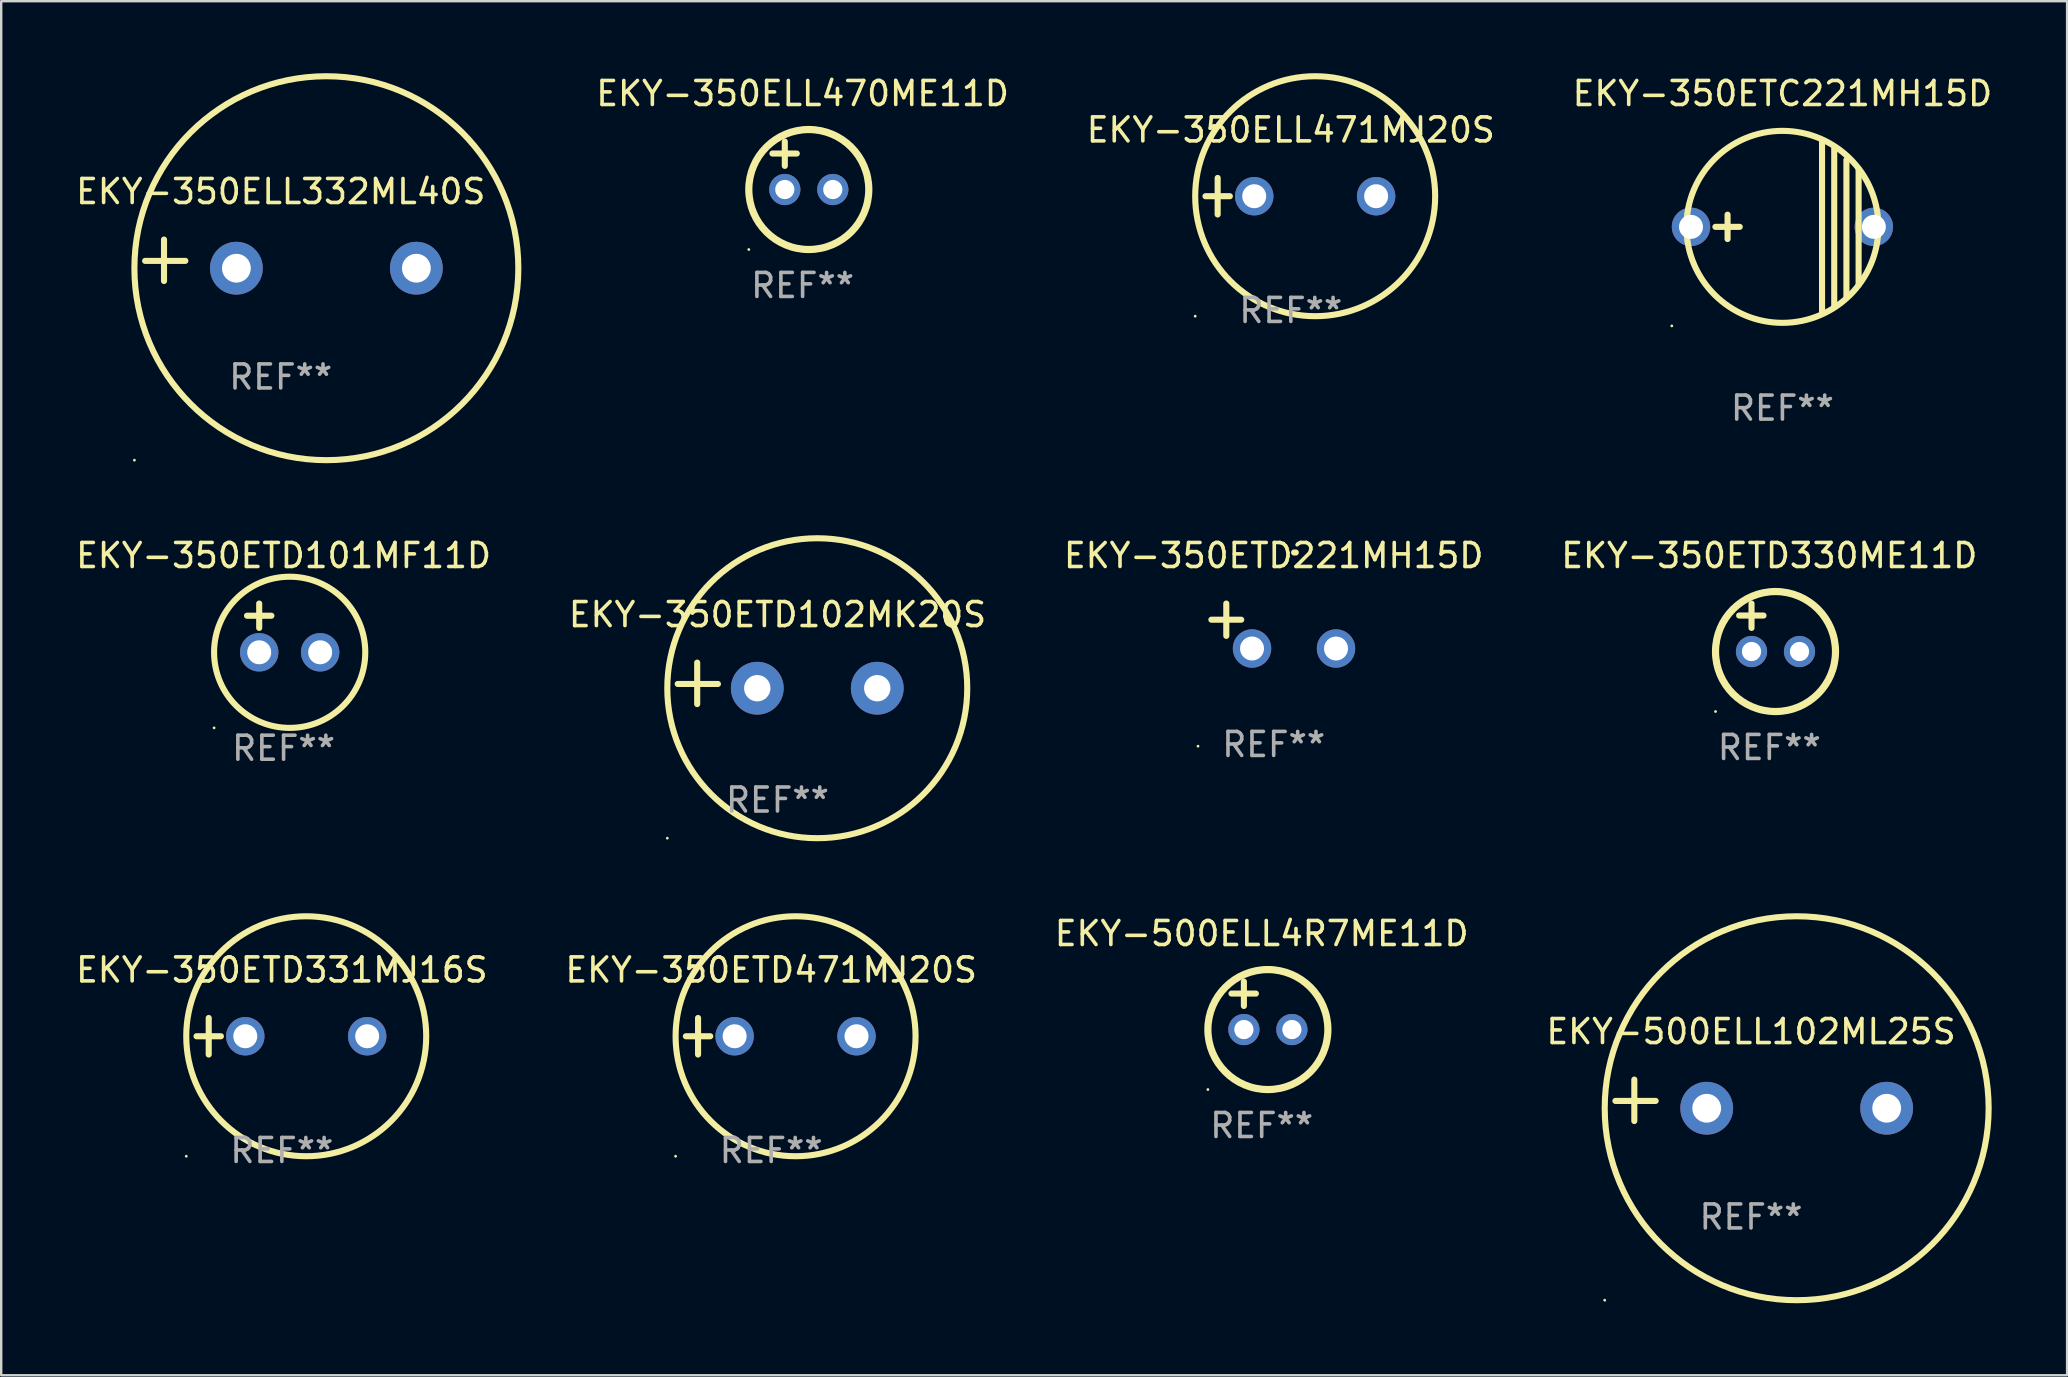
<source format=kicad_pcb>
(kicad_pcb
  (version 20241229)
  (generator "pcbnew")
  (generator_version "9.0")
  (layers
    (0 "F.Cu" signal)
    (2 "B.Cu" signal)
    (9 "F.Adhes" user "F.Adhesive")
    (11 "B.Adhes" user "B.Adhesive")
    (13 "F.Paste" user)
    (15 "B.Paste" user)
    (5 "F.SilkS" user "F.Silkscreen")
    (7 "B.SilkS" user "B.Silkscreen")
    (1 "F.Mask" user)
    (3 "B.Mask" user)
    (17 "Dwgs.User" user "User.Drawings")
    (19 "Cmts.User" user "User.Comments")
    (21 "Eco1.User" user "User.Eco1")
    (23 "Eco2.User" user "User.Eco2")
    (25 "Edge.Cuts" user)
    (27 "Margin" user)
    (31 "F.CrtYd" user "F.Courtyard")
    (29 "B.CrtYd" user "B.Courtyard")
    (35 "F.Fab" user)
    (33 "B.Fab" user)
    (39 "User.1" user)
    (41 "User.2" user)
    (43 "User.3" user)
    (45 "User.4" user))
  (footprint "EKY-350ETC221MH15D"
    (layer "F.Cu")
    (at 71.231 6.404)
    (property "Reference" "EKY-350ETC221MH15D" (at 0 -5.556 0) (layer "F.SilkS") (effects (font (size 1 1) (thickness 0.15))))
    (attr through_hole)
    (fp_line (start -2.794 0) (end -1.778 0) (stroke (width 0.254) (type solid)) (layer "F.SilkS"))
    (fp_line (start -2.286 -0.508) (end -2.286 0.508) (stroke (width 0.254) (type solid)) (layer "F.SilkS"))
    (fp_line (start 1.651 -3.556) (end 1.651 3.556) (stroke (width 0.254) (type solid)) (layer "F.SilkS"))
    (fp_line (start 2.159 -3.302) (end 2.159 3.302) (stroke (width 0.254) (type solid)) (layer "F.SilkS"))
    (fp_line (start 2.667 -2.794) (end 2.667 2.921) (stroke (width 0.254) (type solid)) (layer "F.SilkS"))
    (fp_line (start 3.175 -2.413) (end 3.175 2.413) (stroke (width 0.254) (type solid)) (layer "F.SilkS"))
    (fp_circle (center -4.61 4.128) (end -4.58 4.128) (stroke (width 0.06) (type solid)) (fill no) (layer "F.SilkS"))
    (fp_circle (center -0.000254 0) (end 4 0) (stroke (width 0.254) (type solid)) (fill no) (layer "F.SilkS"))
    (fp_text user "REF**" (at 0 7.556 0) (layer "F.Fab") (effects (font (size 1 1) (thickness 0.15))))
    (pad "1" thru_hole circle (at -3.81 0) (size 1.6 1.6) (drill 1) (layers "*.Cu" "*.Mask"))
    (pad "2" thru_hole circle (at 3.81 0) (size 1.6 1.6) (drill 1) (layers "*.Cu" "*.Mask")))
  (footprint "EKY-500ELL102ML25S"
    (layer "F.Cu")
    (at 69.923 42.805)
    (property "Reference" "EKY-500ELL102ML25S" (at 0 -2.864 0) (layer "F.SilkS") (effects (font (size 1 1) (thickness 0.15))))
    (attr through_hole)
    (fp_line (start -4.864 0.864) (end -4.864 -0.864) (stroke (width 0.254) (type solid)) (layer "F.SilkS"))
    (fp_line (start -3.975 0.025) (end -5.652 0.025) (stroke (width 0.254) (type solid)) (layer "F.SilkS"))
    (fp_circle (center -6.098 8.33) (end -6.068 8.33) (stroke (width 0.06) (type solid)) (fill no) (layer "F.SilkS"))
    (fp_circle (center 1.902 0.33) (end 9.902 0.33) (stroke (width 0.254) (type solid)) (fill no) (layer "F.SilkS"))
    (fp_text user "REF**" (at 0 4.864 0) (layer "F.Fab") (effects (font (size 1 1) (thickness 0.15))))
    (pad "1" thru_hole circle (at -1.848 0.33) (size 2.2 2.2) (drill 1.2) (layers "*.Cu" "*.Mask"))
    (pad "2" thru_hole circle (at 5.652 0.33) (size 2.2 2.2) (drill 1.2) (layers "*.Cu" "*.Mask")))
  (footprint "EKY-350ELL332ML40S"
    (layer "F.Cu")
    (at 8.649 7.797)
    (property "Reference" "EKY-350ELL332ML40S" (at 0 -2.864 0) (layer "F.SilkS") (effects (font (size 1 1) (thickness 0.15))))
    (attr through_hole)
    (fp_line (start -4.864 0.864) (end -4.864 -0.864) (stroke (width 0.254) (type solid)) (layer "F.SilkS"))
    (fp_line (start -3.975 0.025) (end -5.652 0.025) (stroke (width 0.254) (type solid)) (layer "F.SilkS"))
    (fp_circle (center -6.098 8.33) (end -6.068 8.33) (stroke (width 0.06) (type solid)) (fill no) (layer "F.SilkS"))
    (fp_circle (center 1.902 0.33) (end 9.902 0.33) (stroke (width 0.254) (type solid)) (fill no) (layer "F.SilkS"))
    (fp_text user "REF**" (at 0 4.864 0) (layer "F.Fab") (effects (font (size 1 1) (thickness 0.15))))
    (pad "1" thru_hole circle (at -1.848 0.33) (size 2.2 2.2) (drill 1.2) (layers "*.Cu" "*.Mask"))
    (pad "2" thru_hole circle (at 5.652 0.33) (size 2.2 2.2) (drill 1.2) (layers "*.Cu" "*.Mask")))
  (footprint "EKY-350ETD471MJ20S"
    (layer "F.Cu")
    (at 29.089 40.135)
    (property "Reference" "EKY-350ETD471MJ20S" (at 0 -2.762 0) (layer "F.SilkS") (effects (font (size 1 1) (thickness 0.15))))
    (attr through_hole)
    (fp_line (start -3.556 0) (end -2.54 0) (stroke (width 0.254) (type solid)) (layer "F.SilkS"))
    (fp_line (start -3.048 -0.762) (end -3.048 0.762) (stroke (width 0.254) (type solid)) (layer "F.SilkS"))
    (fp_circle (center -3.984 5) (end -3.954 5) (stroke (width 0.06) (type solid)) (fill no) (layer "F.SilkS"))
    (fp_circle (center 1.016 0) (end 6.016 0) (stroke (width 0.254) (type solid)) (fill no) (layer "F.SilkS"))
    (fp_text user "REF**" (at 0 4.762 0) (layer "F.Fab") (effects (font (size 1 1) (thickness 0.15))))
    (pad "1" thru_hole circle (at -1.524 0) (size 1.6 1.6) (drill 1) (layers "*.Cu" "*.Mask"))
    (pad "2" thru_hole circle (at 3.556 0) (size 1.6 1.6) (drill 1) (layers "*.Cu" "*.Mask")))
  (footprint "EKY-350ETD330ME11D"
    (layer "F.Cu")
    (at 70.685 23.102)
    (property "Reference" "EKY-350ETD330ME11D" (at 0 -3 0) (layer "F.SilkS") (effects (font (size 1 1) (thickness 0.15))))
    (attr through_hole)
    (fp_line (start -1.258 -0.5) (end -0.242 -0.5) (stroke (width 0.254) (type solid)) (layer "F.SilkS"))
    (fp_line (start -0.742 -1) (end -0.742 0.016) (stroke (width 0.254) (type solid)) (layer "F.SilkS"))
    (fp_circle (center -2.242 3.5) (end -2.212 3.5) (stroke (width 0.06) (type solid)) (fill no) (layer "F.SilkS"))
    (fp_circle (center 0.258 1) (end 2.758 1) (stroke (width 0.3) (type solid)) (fill no) (layer "F.SilkS"))
    (fp_text user "REF**" (at 0 5 0) (layer "F.Fab") (effects (font (size 1 1) (thickness 0.15))))
    (pad "1" thru_hole circle (at -0.742 1) (size 1.3 1.3) (drill 0.8) (layers "*.Cu" "*.Mask"))
    (pad "2" thru_hole circle (at 1.258 1) (size 1.3 1.3) (drill 0.8) (layers "*.Cu" "*.Mask")))
  (footprint "EKY-350ELL471MJ20S"
    (layer "F.Cu")
    (at 50.743 5.127)
    (property "Reference" "EKY-350ELL471MJ20S" (at 0 -2.762 0) (layer "F.SilkS") (effects (font (size 1 1) (thickness 0.15))))
    (attr through_hole)
    (fp_line (start -3.556 0) (end -2.54 0) (stroke (width 0.254) (type solid)) (layer "F.SilkS"))
    (fp_line (start -3.048 -0.762) (end -3.048 0.762) (stroke (width 0.254) (type solid)) (layer "F.SilkS"))
    (fp_circle (center -3.984 5) (end -3.954 5) (stroke (width 0.06) (type solid)) (fill no) (layer "F.SilkS"))
    (fp_circle (center 1.016 0) (end 6.016 0) (stroke (width 0.254) (type solid)) (fill no) (layer "F.SilkS"))
    (fp_text user "REF**" (at 0 4.762 0) (layer "F.Fab") (effects (font (size 1 1) (thickness 0.15))))
    (pad "1" thru_hole circle (at -1.524 0) (size 1.6 1.6) (drill 1) (layers "*.Cu" "*.Mask"))
    (pad "2" thru_hole circle (at 3.556 0) (size 1.6 1.6) (drill 1) (layers "*.Cu" "*.Mask")))
  (footprint "EKY-350ETD221MH15D"
    (layer "F.Cu")
    (at 50.03 23.039)
    (property "Reference" "EKY-350ETD221MH15D" (at 0 -2.937 0) (layer "F.SilkS") (effects (font (size 1 1) (thickness 0.15))))
    (attr through_hole)
    (fp_line (start -1.975 0.41) (end -1.975 -0.937) (stroke (width 0.254) (type solid)) (layer "F.SilkS"))
    (fp_line (start -1.353 -0.263) (end -2.597 -0.263) (stroke (width 0.254) (type solid)) (layer "F.SilkS"))
    (fp_arc (start 0.849809 -3.063957) (mid 0.885369 -3.064114) (end 0.920929 -3.063957) (stroke (width 0.254001) (type solid)) (layer "F.SilkS"))
    (fp_circle (center -3.154 5.008) (end -3.124 5.008) (stroke (width 0.06) (type solid)) (fill no) (layer "F.SilkS"))
    (fp_text user "REF**" (at 0 4.937 0) (layer "F.Fab") (effects (font (size 1 1) (thickness 0.15))))
    (pad "1" thru_hole circle (at -0.903 0.937) (size 1.6 1.6) (drill 1) (layers "*.Cu" "*.Mask"))
    (pad "2" thru_hole circle (at 2.597 0.937) (size 1.6 1.6) (drill 1) (layers "*.Cu" "*.Mask")))
  (footprint "EKY-350ELL470ME11D"
    (layer "F.Cu")
    (at 30.398 3.848)
    (property "Reference" "EKY-350ELL470ME11D" (at 0 -3 0) (layer "F.SilkS") (effects (font (size 1 1) (thickness 0.15))))
    (attr through_hole)
    (fp_line (start -1.258 -0.5) (end -0.242 -0.5) (stroke (width 0.254) (type solid)) (layer "F.SilkS"))
    (fp_line (start -0.742 -1) (end -0.742 0.016) (stroke (width 0.254) (type solid)) (layer "F.SilkS"))
    (fp_circle (center -2.242 3.5) (end -2.212 3.5) (stroke (width 0.06) (type solid)) (fill no) (layer "F.SilkS"))
    (fp_circle (center 0.258 1) (end 2.758 1) (stroke (width 0.3) (type solid)) (fill no) (layer "F.SilkS"))
    (fp_text user "REF**" (at 0 5 0) (layer "F.Fab") (effects (font (size 1 1) (thickness 0.15))))
    (pad "1" thru_hole circle (at -0.742 1) (size 1.3 1.3) (drill 0.8) (layers "*.Cu" "*.Mask"))
    (pad "2" thru_hole circle (at 1.258 1) (size 1.3 1.3) (drill 0.8) (layers "*.Cu" "*.Mask")))
  (footprint "EKY-350ETD331MJ16S"
    (layer "F.Cu")
    (at 8.696 40.135)
    (property "Reference" "EKY-350ETD331MJ16S" (at 0 -2.762 0) (layer "F.SilkS") (effects (font (size 1 1) (thickness 0.15))))
    (attr through_hole)
    (fp_line (start -3.556 0) (end -2.54 0) (stroke (width 0.254) (type solid)) (layer "F.SilkS"))
    (fp_line (start -3.048 -0.762) (end -3.048 0.762) (stroke (width 0.254) (type solid)) (layer "F.SilkS"))
    (fp_circle (center -3.984 5) (end -3.954 5) (stroke (width 0.06) (type solid)) (fill no) (layer "F.SilkS"))
    (fp_circle (center 1.016 0) (end 6.016 0) (stroke (width 0.254) (type solid)) (fill no) (layer "F.SilkS"))
    (fp_text user "REF**" (at 0 4.762 0) (layer "F.Fab") (effects (font (size 1 1) (thickness 0.15))))
    (pad "1" thru_hole circle (at -1.524 0) (size 1.6 1.6) (drill 1) (layers "*.Cu" "*.Mask"))
    (pad "2" thru_hole circle (at 3.556 0) (size 1.6 1.6) (drill 1) (layers "*.Cu" "*.Mask")))
  (footprint "EKY-350ETD102MK20S"
    (layer "F.Cu")
    (at 29.351 25.428)
    (property "Reference" "EKY-350ETD102MK20S" (at 0 -2.864 0) (layer "F.SilkS") (effects (font (size 1 1) (thickness 0.15))))
    (attr through_hole)
    (fp_line (start -3.346 0.864) (end -3.346 -0.864) (stroke (width 0.254) (type solid)) (layer "F.SilkS"))
    (fp_line (start -2.482 0.025) (end -4.158 0.025) (stroke (width 0.254) (type solid)) (layer "F.SilkS"))
    (fp_circle (center -4.592 6.453) (end -4.562 6.453) (stroke (width 0.06) (type solid)) (fill no) (layer "F.SilkS"))
    (fp_circle (center 1.658 0.203) (end 7.908 0.203) (stroke (width 0.254) (type solid)) (fill no) (layer "F.SilkS"))
    (fp_text user "REF**" (at 0 4.864 0) (layer "F.Fab") (effects (font (size 1 1) (thickness 0.15))))
    (pad "1" thru_hole circle (at -0.842 0.203) (size 2.2 2.2) (drill 1.1) (layers "*.Cu" "*.Mask"))
    (pad "2" thru_hole circle (at 4.158 0.203) (size 2.2 2.2) (drill 1.1) (layers "*.Cu" "*.Mask")))
  (footprint "EKY-350ETD101MF11D"
    (layer "F.Cu")
    (at 8.768 23.118)
    (property "Reference" "EKY-350ETD101MF11D" (at 0 -3.016 0) (layer "F.SilkS") (effects (font (size 1 1) (thickness 0.15))))
    (attr through_hole)
    (fp_line (start -1.524 -0.508) (end -0.508 -0.508) (stroke (width 0.254) (type solid)) (layer "F.SilkS"))
    (fp_line (start -1.016 -1.016) (end -1.016 0) (stroke (width 0.254) (type solid)) (layer "F.SilkS"))
    (fp_circle (center -2.896 4.166) (end -2.866 4.166) (stroke (width 0.06) (type solid)) (fill no) (layer "F.SilkS"))
    (fp_circle (center 0.254 1.016) (end 3.404 1.016) (stroke (width 0.254) (type solid)) (fill no) (layer "F.SilkS"))
    (fp_text user "REF**" (at 0 5.016 0) (layer "F.Fab") (effects (font (size 1 1) (thickness 0.15))))
    (pad "1" thru_hole circle (at -1.016 1.016) (size 1.6 1.6) (drill 1) (layers "*.Cu" "*.Mask"))
    (pad "2" thru_hole circle (at 1.524 1.016) (size 1.6 1.6) (drill 1) (layers "*.Cu" "*.Mask")))
  (footprint "EKY-500ELL4R7ME11D"
    (layer "F.Cu")
    (at 49.53 38.856)
    (property "Reference" "EKY-500ELL4R7ME11D" (at 0 -3 0) (layer "F.SilkS") (effects (font (size 1 1) (thickness 0.15))))
    (attr through_hole)
    (fp_line (start -1.258 -0.5) (end -0.242 -0.5) (stroke (width 0.254) (type solid)) (layer "F.SilkS"))
    (fp_line (start -0.742 -1) (end -0.742 0.016) (stroke (width 0.254) (type solid)) (layer "F.SilkS"))
    (fp_circle (center -2.242 3.5) (end -2.212 3.5) (stroke (width 0.06) (type solid)) (fill no) (layer "F.SilkS"))
    (fp_circle (center 0.258 1) (end 2.758 1) (stroke (width 0.3) (type solid)) (fill no) (layer "F.SilkS"))
    (fp_text user "REF**" (at 0 5 0) (layer "F.Fab") (effects (font (size 1 1) (thickness 0.15))))
    (pad "1" thru_hole circle (at -0.742 1) (size 1.3 1.3) (drill 0.8) (layers "*.Cu" "*.Mask"))
    (pad "2" thru_hole circle (at 1.258 1) (size 1.3 1.3) (drill 0.8) (layers "*.Cu" "*.Mask")))
  (gr_rect
    (start -3 -3)
    (end 83.094 54.262)
    (stroke (width 0.1) (type default))
    (fill no)
    (layer "Edge.Cuts")))
</source>
